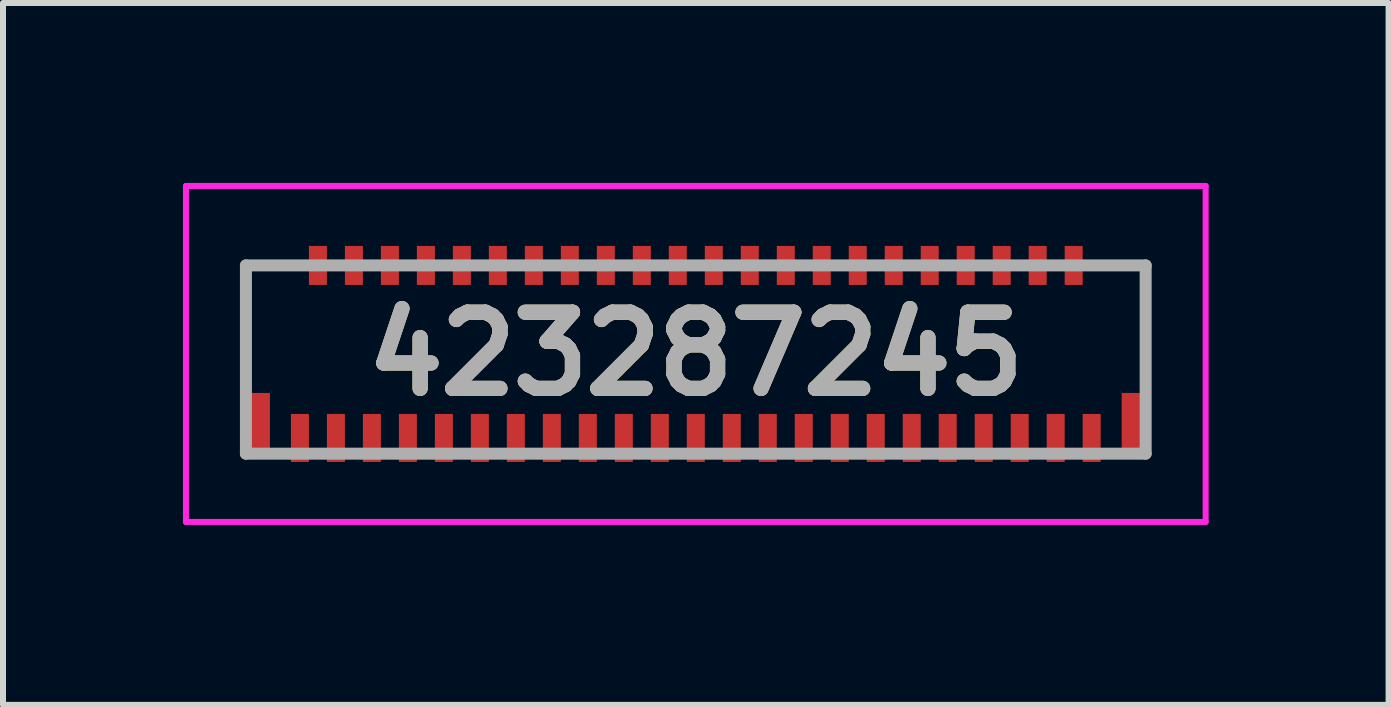
<source format=kicad_pcb>
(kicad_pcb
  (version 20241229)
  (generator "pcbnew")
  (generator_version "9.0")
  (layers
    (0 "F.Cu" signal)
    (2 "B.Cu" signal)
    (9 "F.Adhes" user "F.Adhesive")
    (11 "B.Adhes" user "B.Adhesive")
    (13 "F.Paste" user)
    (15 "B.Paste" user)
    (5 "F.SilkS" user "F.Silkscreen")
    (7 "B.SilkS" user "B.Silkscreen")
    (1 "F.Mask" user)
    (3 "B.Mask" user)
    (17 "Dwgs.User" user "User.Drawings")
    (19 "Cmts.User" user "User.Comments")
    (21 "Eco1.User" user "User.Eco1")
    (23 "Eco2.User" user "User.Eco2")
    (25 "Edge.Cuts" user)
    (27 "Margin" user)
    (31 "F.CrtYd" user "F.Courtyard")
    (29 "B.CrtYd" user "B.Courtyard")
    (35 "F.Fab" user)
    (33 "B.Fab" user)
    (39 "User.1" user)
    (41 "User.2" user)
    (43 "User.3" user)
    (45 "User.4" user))
  (footprint "423287245"
    (layer "F.Cu")
    (at 8.55 2.813)
    (property "Reference" "423287245" (at 0 0.038 0) (layer "F.SilkS") (effects (font (size 1.27 1.27) (thickness 0.254))))
    (attr smd)
    (fp_line (start -7.5 -1.438) (end -7.5 0.438) (stroke (width 0.1) (type solid)) (layer "F.SilkS"))
    (fp_line (start -7 -1.438) (end -7.5 -1.438) (stroke (width 0.1) (type solid)) (layer "F.SilkS"))
    (fp_line (start 7 -1.438) (end 7.5 -1.438) (stroke (width 0.1) (type solid)) (layer "F.SilkS"))
    (fp_line (start 7.5 -1.438) (end 7.5 0.438) (stroke (width 0.1) (type solid)) (layer "F.SilkS"))
    (fp_line (start -8.5 -2.763) (end 8.5 -2.763) (stroke (width 0.1) (type solid)) (layer "F.CrtYd"))
    (fp_line (start -8.5 2.838) (end -8.5 -2.763) (stroke (width 0.1) (type solid)) (layer "F.CrtYd"))
    (fp_line (start 8.5 -2.763) (end 8.5 2.838) (stroke (width 0.1) (type solid)) (layer "F.CrtYd"))
    (fp_line (start 8.5 2.838) (end -8.5 2.838) (stroke (width 0.1) (type solid)) (layer "F.CrtYd"))
    (fp_line (start -7.5 -1.438) (end 7.5 -1.438) (stroke (width 0.2) (type solid)) (layer "F.Fab"))
    (fp_line (start -7.5 1.7) (end -7.5 -1.438) (stroke (width 0.2) (type solid)) (layer "F.Fab"))
    (fp_line (start 7.5 -1.438) (end 7.5 1.7) (stroke (width 0.2) (type solid)) (layer "F.Fab"))
    (fp_line (start 7.5 1.7) (end -7.5 1.7) (stroke (width 0.2) (type solid)) (layer "F.Fab"))
    (fp_text user "${REFERENCE}" (at 0 0.038 0) (layer "F.Fab") (effects (font (size 1.27 1.27) (thickness 0.254))))
    (pad "1" smd rect (at -6.6 1.438) (size 0.3 0.8) (layers "F.Cu" "F.Mask" "F.Paste"))
    (pad "2" smd rect (at -6.3 -1.438) (size 0.3 0.65) (layers "F.Cu" "F.Mask" "F.Paste"))
    (pad "3" smd rect (at -6 1.438) (size 0.3 0.8) (layers "F.Cu" "F.Mask" "F.Paste"))
    (pad "4" smd rect (at -5.7 -1.438) (size 0.3 0.65) (layers "F.Cu" "F.Mask" "F.Paste"))
    (pad "5" smd rect (at -5.4 1.438) (size 0.3 0.8) (layers "F.Cu" "F.Mask" "F.Paste"))
    (pad "6" smd rect (at -5.1 -1.438) (size 0.3 0.65) (layers "F.Cu" "F.Mask" "F.Paste"))
    (pad "7" smd rect (at -4.8 1.438) (size 0.3 0.8) (layers "F.Cu" "F.Mask" "F.Paste"))
    (pad "8" smd rect (at -4.5 -1.438) (size 0.3 0.65) (layers "F.Cu" "F.Mask" "F.Paste"))
    (pad "9" smd rect (at -4.2 1.438) (size 0.3 0.8) (layers "F.Cu" "F.Mask" "F.Paste"))
    (pad "10" smd rect (at -3.9 -1.438) (size 0.3 0.65) (layers "F.Cu" "F.Mask" "F.Paste"))
    (pad "11" smd rect (at -3.6 1.438) (size 0.3 0.8) (layers "F.Cu" "F.Mask" "F.Paste"))
    (pad "12" smd rect (at -3.3 -1.438) (size 0.3 0.65) (layers "F.Cu" "F.Mask" "F.Paste"))
    (pad "13" smd rect (at -3 1.438) (size 0.3 0.8) (layers "F.Cu" "F.Mask" "F.Paste"))
    (pad "14" smd rect (at -2.7 -1.438) (size 0.3 0.65) (layers "F.Cu" "F.Mask" "F.Paste"))
    (pad "15" smd rect (at -2.4 1.438) (size 0.3 0.8) (layers "F.Cu" "F.Mask" "F.Paste"))
    (pad "16" smd rect (at -2.1 -1.438) (size 0.3 0.65) (layers "F.Cu" "F.Mask" "F.Paste"))
    (pad "17" smd rect (at -1.8 1.438) (size 0.3 0.8) (layers "F.Cu" "F.Mask" "F.Paste"))
    (pad "18" smd rect (at -1.5 -1.438) (size 0.3 0.65) (layers "F.Cu" "F.Mask" "F.Paste"))
    (pad "19" smd rect (at -1.2 1.438) (size 0.3 0.8) (layers "F.Cu" "F.Mask" "F.Paste"))
    (pad "20" smd rect (at -0.9 -1.438) (size 0.3 0.65) (layers "F.Cu" "F.Mask" "F.Paste"))
    (pad "21" smd rect (at -0.6 1.438) (size 0.3 0.8) (layers "F.Cu" "F.Mask" "F.Paste"))
    (pad "22" smd rect (at -0.3 -1.438) (size 0.3 0.65) (layers "F.Cu" "F.Mask" "F.Paste"))
    (pad "23" smd rect (at 0 1.438) (size 0.3 0.8) (layers "F.Cu" "F.Mask" "F.Paste"))
    (pad "24" smd rect (at 0.3 -1.438) (size 0.3 0.65) (layers "F.Cu" "F.Mask" "F.Paste"))
    (pad "25" smd rect (at 0.6 1.438) (size 0.3 0.8) (layers "F.Cu" "F.Mask" "F.Paste"))
    (pad "26" smd rect (at 0.9 -1.438) (size 0.3 0.65) (layers "F.Cu" "F.Mask" "F.Paste"))
    (pad "27" smd rect (at 1.2 1.438) (size 0.3 0.8) (layers "F.Cu" "F.Mask" "F.Paste"))
    (pad "28" smd rect (at 1.5 -1.438) (size 0.3 0.65) (layers "F.Cu" "F.Mask" "F.Paste"))
    (pad "29" smd rect (at 1.8 1.438) (size 0.3 0.8) (layers "F.Cu" "F.Mask" "F.Paste"))
    (pad "30" smd rect (at 2.1 -1.438) (size 0.3 0.65) (layers "F.Cu" "F.Mask" "F.Paste"))
    (pad "31" smd rect (at 2.4 1.438) (size 0.3 0.8) (layers "F.Cu" "F.Mask" "F.Paste"))
    (pad "32" smd rect (at 2.7 -1.438) (size 0.3 0.65) (layers "F.Cu" "F.Mask" "F.Paste"))
    (pad "33" smd rect (at 3 1.438) (size 0.3 0.8) (layers "F.Cu" "F.Mask" "F.Paste"))
    (pad "34" smd rect (at 3.3 -1.438) (size 0.3 0.65) (layers "F.Cu" "F.Mask" "F.Paste"))
    (pad "35" smd rect (at 3.6 1.438) (size 0.3 0.8) (layers "F.Cu" "F.Mask" "F.Paste"))
    (pad "36" smd rect (at 3.9 -1.438) (size 0.3 0.65) (layers "F.Cu" "F.Mask" "F.Paste"))
    (pad "37" smd rect (at 4.2 1.438) (size 0.3 0.8) (layers "F.Cu" "F.Mask" "F.Paste"))
    (pad "38" smd rect (at 4.5 -1.438) (size 0.3 0.65) (layers "F.Cu" "F.Mask" "F.Paste"))
    (pad "39" smd rect (at 4.8 1.438) (size 0.3 0.8) (layers "F.Cu" "F.Mask" "F.Paste"))
    (pad "40" smd rect (at 5.1 -1.438) (size 0.3 0.65) (layers "F.Cu" "F.Mask" "F.Paste"))
    (pad "41" smd rect (at 5.4 1.438) (size 0.3 0.8) (layers "F.Cu" "F.Mask" "F.Paste"))
    (pad "42" smd rect (at 5.7 -1.438) (size 0.3 0.65) (layers "F.Cu" "F.Mask" "F.Paste"))
    (pad "43" smd rect (at 6 1.438) (size 0.3 0.8) (layers "F.Cu" "F.Mask" "F.Paste"))
    (pad "44" smd rect (at 6.3 -1.438) (size 0.3 0.65) (layers "F.Cu" "F.Mask" "F.Paste"))
    (pad "45" smd rect (at 6.6 1.438) (size 0.3 0.8) (layers "F.Cu" "F.Mask" "F.Paste"))
    (pad "46" smd rect (at -7.3 1.163) (size 0.4 0.95) (layers "F.Cu" "F.Mask" "F.Paste"))
    (pad "47" smd rect (at 7.3 1.163) (size 0.4 0.95) (layers "F.Cu" "F.Mask" "F.Paste")))
  (gr_rect
    (start -3 -3)
    (end 20.1 8.701)
    (stroke (width 0.1) (type default))
    (fill no)
    (layer "Edge.Cuts")))
</source>
